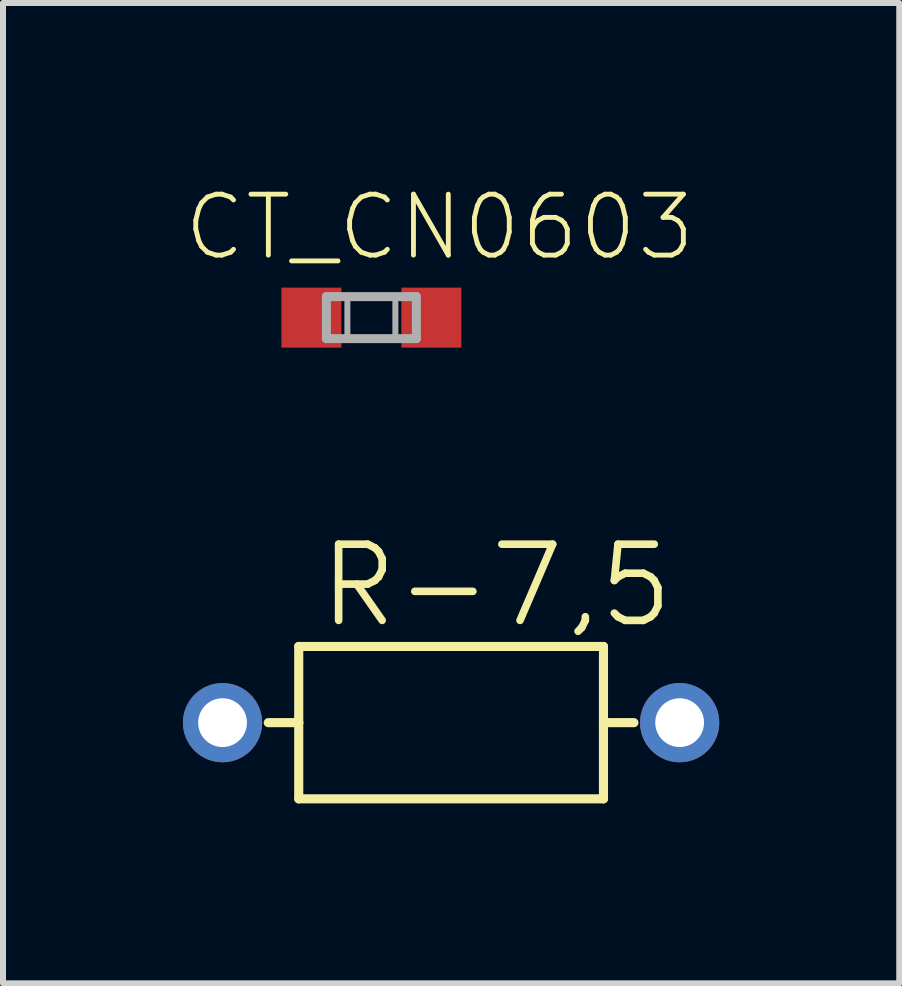
<source format=kicad_pcb>
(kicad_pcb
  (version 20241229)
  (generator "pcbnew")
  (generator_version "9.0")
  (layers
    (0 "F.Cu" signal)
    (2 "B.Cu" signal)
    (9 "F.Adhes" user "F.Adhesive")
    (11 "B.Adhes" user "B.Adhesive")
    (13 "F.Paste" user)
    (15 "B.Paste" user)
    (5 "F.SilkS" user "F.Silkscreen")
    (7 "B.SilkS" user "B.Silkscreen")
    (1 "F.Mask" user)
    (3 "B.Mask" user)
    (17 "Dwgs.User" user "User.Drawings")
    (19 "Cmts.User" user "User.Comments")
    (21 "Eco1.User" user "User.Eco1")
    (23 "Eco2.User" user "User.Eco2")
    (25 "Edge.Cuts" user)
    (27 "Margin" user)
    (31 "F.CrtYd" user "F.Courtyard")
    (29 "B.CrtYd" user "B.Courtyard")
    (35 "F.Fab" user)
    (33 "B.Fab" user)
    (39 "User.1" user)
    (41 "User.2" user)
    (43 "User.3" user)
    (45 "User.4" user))
  (footprint "CT_CN0603"
    (layer "F.Cu")
    (at 3.141 2.245)
    (property "Reference" "CT_CN0603" (at 1.137 -1.508 0) (layer "F.SilkS") (effects (font (size 1.016 1.016) (thickness 0.081))))
    (attr through_hole)
    (fp_line (start -0.75 -0.35) (end 0.75 -0.35) (stroke (width 0.15) (type solid)) (layer "F.Fab"))
    (fp_line (start -0.75 0.35) (end -0.75 -0.35) (stroke (width 0.15) (type solid)) (layer "F.Fab"))
    (fp_line (start 0.75 -0.35) (end 0.75 0.35) (stroke (width 0.15) (type solid)) (layer "F.Fab"))
    (fp_line (start 0.75 0.35) (end -0.75 0.35) (stroke (width 0.15) (type solid)) (layer "F.Fab"))
    (fp_poly (pts (xy -0.75 -0.35) (xy -0.4 -0.35) (xy -0.4 0.35) (xy -0.75 0.35)) (stroke (width 0.1) (type solid)) (fill no) (layer "F.Fab"))
    (fp_poly (pts (xy 0.4 -0.35) (xy 0.75 -0.35) (xy 0.75 0.35) (xy 0.4 0.35)) (stroke (width 0.1) (type solid)) (fill no) (layer "F.Fab"))
    (pad "1" smd rect (at -1 0) (size 1 1) (layers "F.Cu" "F.Mask" "F.Paste"))
    (pad "2" smd rect (at 1 0) (size 1 1) (layers "F.Cu" "F.Mask" "F.Paste")))
  (footprint "R-7,5"
    (layer "F.Cu")
    (at 4.47 8.997)
    (property "Reference" "R-7,5" (at 0.756 -2.286 0) (layer "F.SilkS") (effects (font (size 1.27 1.27) (thickness 0.127))))
    (attr through_hole)
    (fp_line (start -2.54 -1.27) (end -2.54 0) (stroke (width 0.152) (type solid)) (layer "F.SilkS"))
    (fp_line (start -2.54 0) (end -3.048 0) (stroke (width 0.152) (type solid)) (layer "F.SilkS"))
    (fp_line (start -2.54 0) (end -2.54 1.27) (stroke (width 0.152) (type solid)) (layer "F.SilkS"))
    (fp_line (start -2.54 1.27) (end 2.54 1.27) (stroke (width 0.152) (type solid)) (layer "F.SilkS"))
    (fp_line (start 2.54 -1.27) (end -2.54 -1.27) (stroke (width 0.152) (type solid)) (layer "F.SilkS"))
    (fp_line (start 2.54 0) (end 2.54 -1.27) (stroke (width 0.152) (type solid)) (layer "F.SilkS"))
    (fp_line (start 2.54 0) (end 3.048 0) (stroke (width 0.152) (type solid)) (layer "F.SilkS"))
    (fp_line (start 2.54 1.27) (end 2.54 0) (stroke (width 0.152) (type solid)) (layer "F.SilkS"))
    (pad "1" thru_hole circle (at -3.81 0) (size 1.321 1.321) (drill 0.813) (layers "*.Cu" "*.Mask"))
    (pad "2" thru_hole circle (at 3.81 0) (size 1.321 1.321) (drill 0.813) (layers "*.Cu" "*.Mask")))
  (gr_rect
    (start -3 -3)
    (end 11.941 13.343)
    (stroke (width 0.1) (type default))
    (fill no)
    (layer "Edge.Cuts")))
</source>
